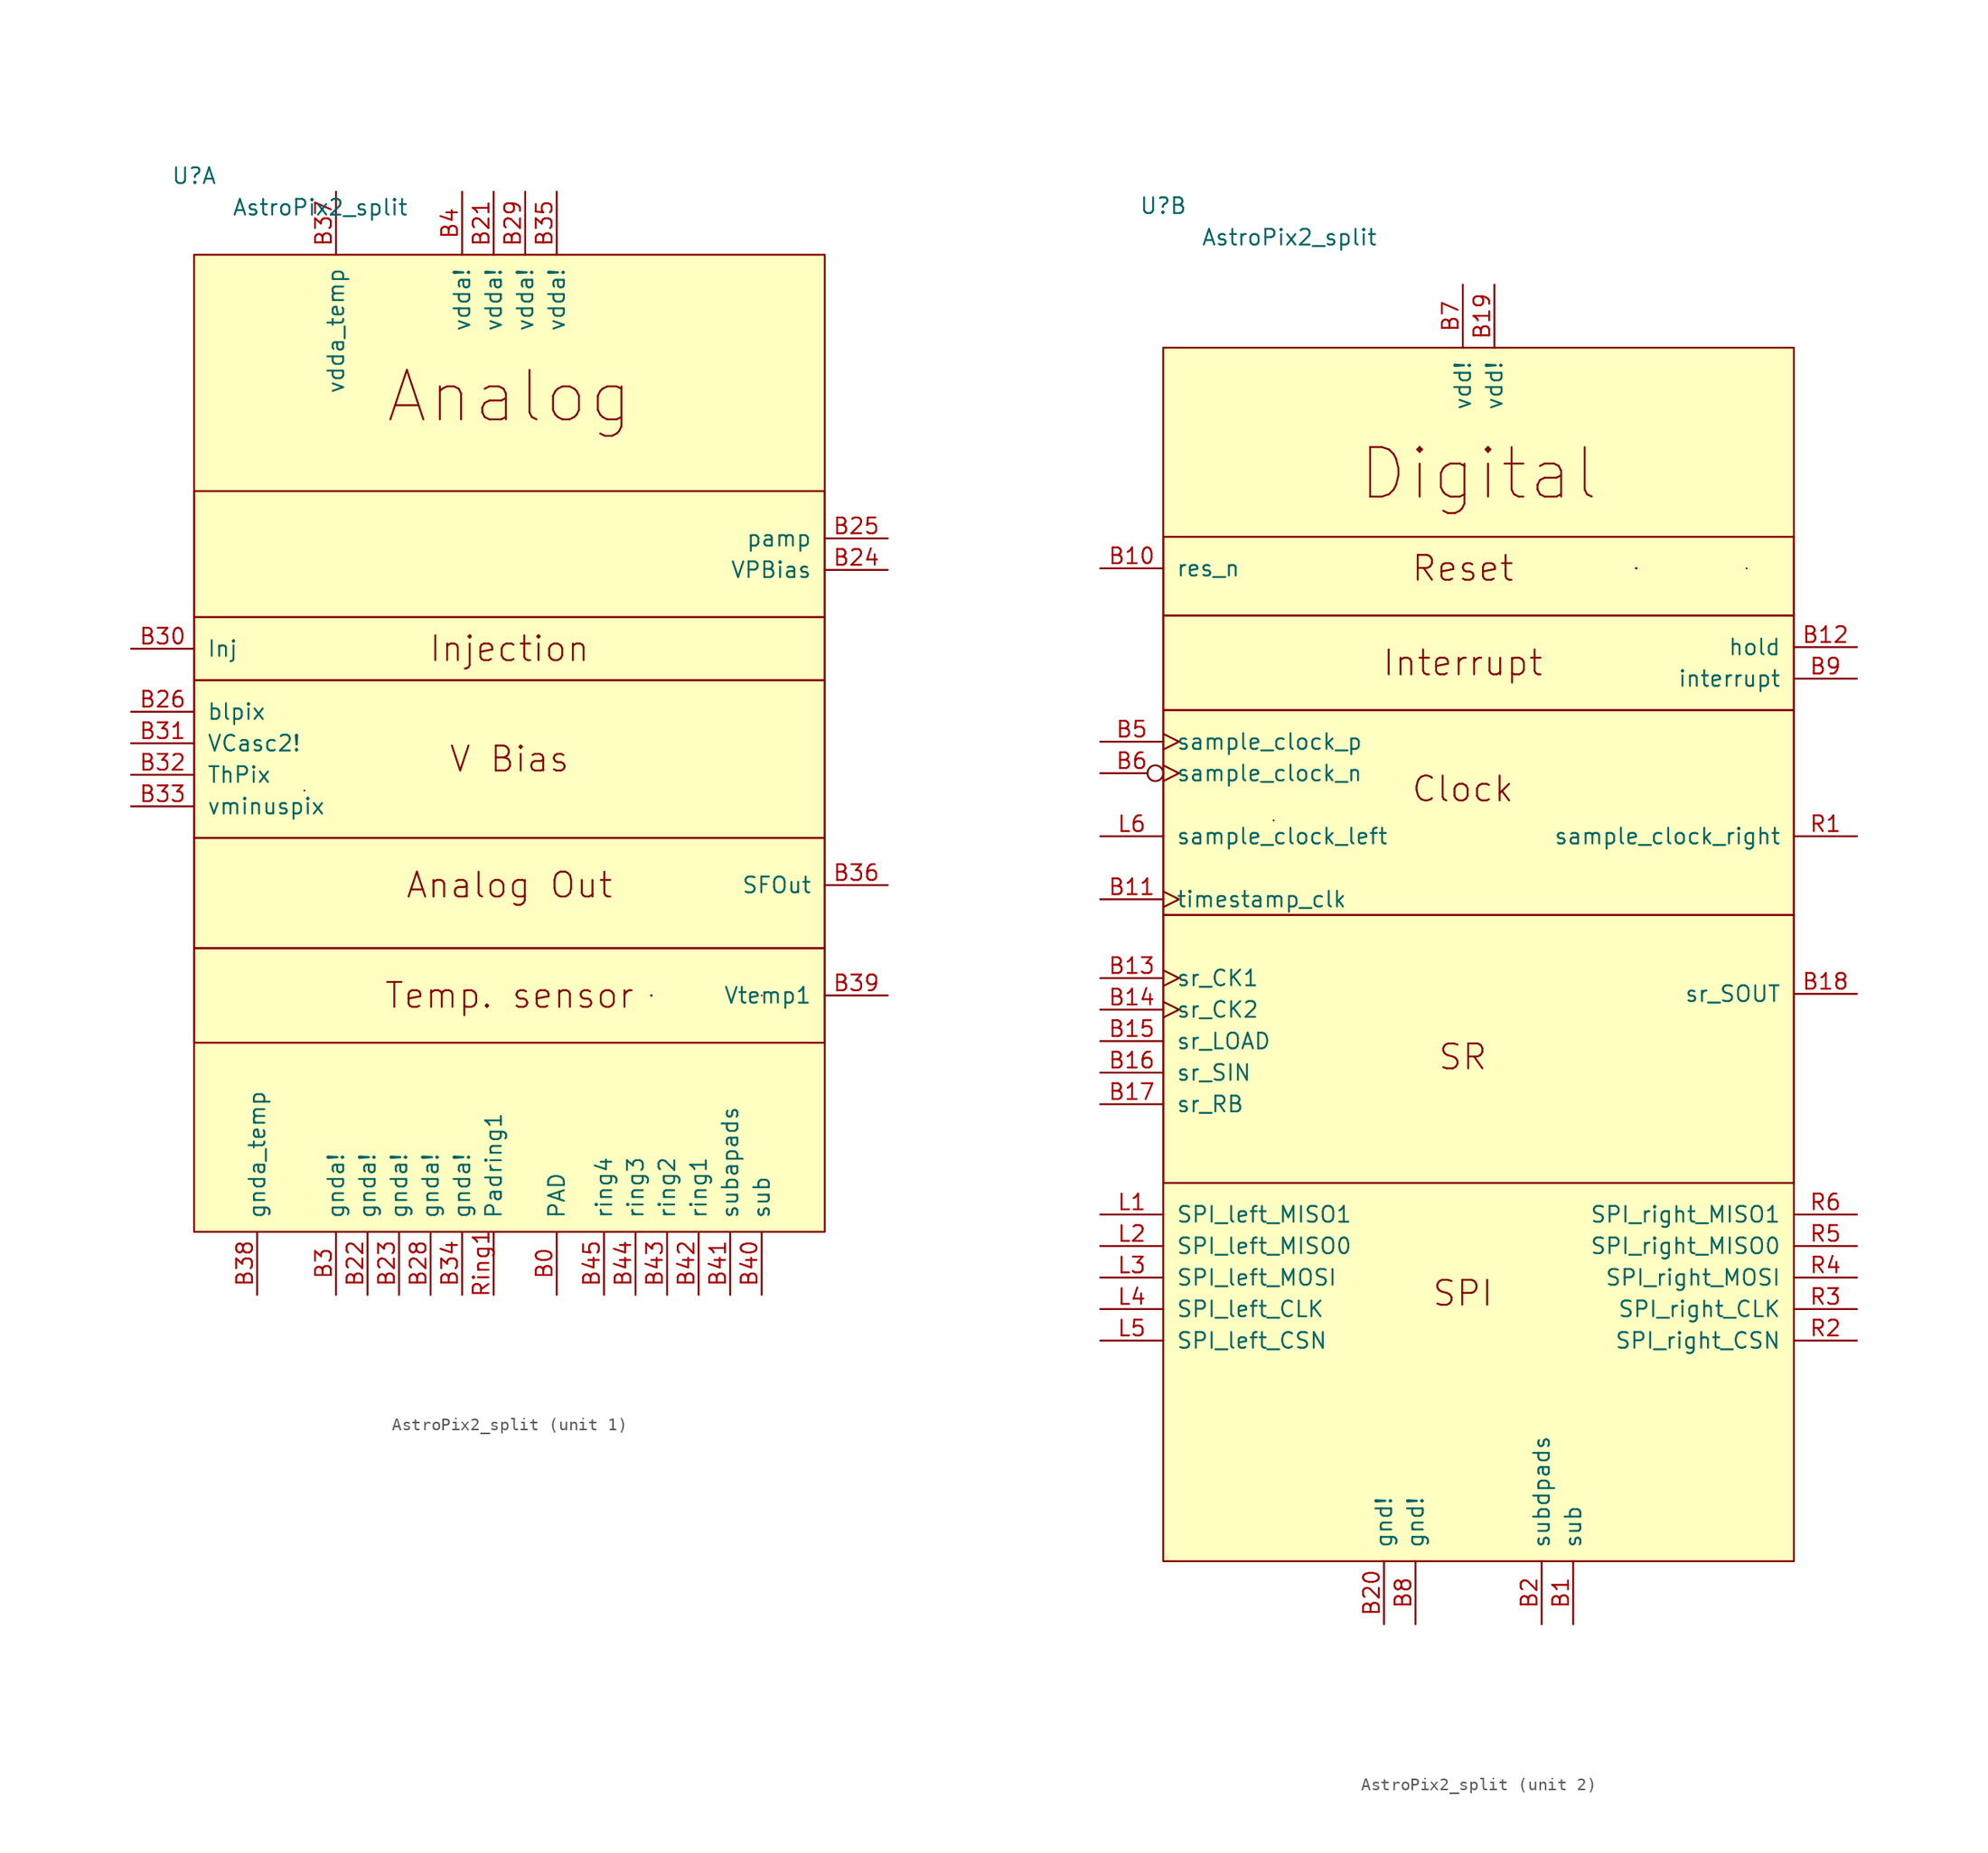
<source format=kicad_sym>
(kicad_symbol_lib
  (version 20211014)
  (generator kicad_symbol_editor)
  (symbol "AstroPix2_split"
    (pin_names
      (offset 1.016))
    (property "Reference" "U"
      (at -25.4 43.18 0)
      (effects (font (size 1.27 1.27))))
    (property "Value" "AstroPix2_split"
      (at -15.24 40.64 0)
      (effects (font (size 1.27 1.27))))
    (property "ki_locked" ""
      (at 0 0 0)
      (effects (font (size 1.27 1.27))))
    (symbol "AstroPix2_split_0_1"
      (polyline (pts (xy -16.51 -6.35) (xy -16.51 -6.35)) (stroke (width 0) (type default) (color 0 0 0 0)) (fill (type none))))
    (symbol "AstroPix2_split_1_1"
      (rectangle (start -25.4 -19.05) (end 25.4 -26.67) (stroke (width 0) (type default) (color 0 0 0 0)) (fill (type none)))
      (rectangle (start -25.4 -10.16) (end 25.4 -19.05) (stroke (width 0) (type default) (color 0 0 0 0)) (fill (type none)))
      (rectangle (start -25.4 2.54) (end 25.4 -10.16) (stroke (width 0) (type default) (color 0 0 0 0)) (fill (type none)))
      (rectangle (start -25.4 7.62) (end 25.4 2.54) (stroke (width 0) (type default) (color 0 0 0 0)) (fill (type none)))
      (rectangle (start -25.4 17.78) (end 25.4 7.62) (stroke (width 0) (type default) (color 0 0 0 0)) (fill (type none)))
      (rectangle (start -25.4 36.83) (end 25.4 -41.91) (stroke (width 0) (type default) (color 0 0 0 0)) (fill (type background)))
      (polyline (pts (xy 11.43 -22.86) (xy 11.43 -22.86)) (stroke (width 0) (type default) (color 0 0 0 0)) (fill (type none)))
      (polyline (pts (xy 11.43 -22.86) (xy 11.43 -22.86)) (stroke (width 0) (type default) (color 0 0 0 0)) (fill (type none)))
      (polyline (pts (xy 11.43 -22.86) (xy 11.43 -22.86)) (stroke (width 0) (type default) (color 0 0 0 0)) (fill (type none)))
      (polyline (pts (xy 11.43 -22.86) (xy 11.43 -22.86)) (stroke (width 0) (type default) (color 0 0 0 0)) (fill (type none)))
      (polyline (pts (xy 11.43 -22.86) (xy 11.43 -22.86)) (stroke (width 0) (type default) (color 0 0 0 0)) (fill (type none)))
      (polyline (pts (xy 20.32 -22.86) (xy 20.32 -22.86)) (stroke (width 0) (type default) (color 0 0 0 0)) (fill (type none)))
      (text "Analog" (at 0 25.4 0) (effects (font (size 3.988 3.988))))
      (text "Analog Out" (at 0 -13.97 0) (effects (font (size 2.007 2.007))))
      (text "Injection" (at 0 5.08 0) (effects (font (size 2.007 2.007))))
      (text "Temp. sensor" (at 0 -22.86 0) (effects (font (size 2.007 2.007))))
      (text "V Bias" (at 0 -3.81 0) (effects (font (size 2.007 2.007))))
      (pin power_in line (at 3.81 -46.99 90) (length 5.08) (name "PAD" (effects (font (size 1.27 1.27)))) (number "B0" (effects (font (size 1.27 1.27)))))
      (pin power_in line (at -1.27 41.91 270) (length 5.08) (name "vdda!" (effects (font (size 1.27 1.27)))) (number "B21" (effects (font (size 1.27 1.27)))))
      (pin power_in line (at -11.43 -46.99 90) (length 5.08) (name "gnda!" (effects (font (size 1.27 1.27)))) (number "B22" (effects (font (size 1.27 1.27)))))
      (pin power_in line (at -8.89 -46.99 90) (length 5.08) (name "gnda!" (effects (font (size 1.27 1.27)))) (number "B23" (effects (font (size 1.27 1.27)))))
      (pin passive line (at 30.48 11.43 180) (length 5.08) (name "VPBias" (effects (font (size 1.27 1.27)))) (number "B24" (effects (font (size 1.27 1.27)))))
      (pin passive line (at 30.48 13.97 180) (length 5.08) (name "pamp" (effects (font (size 1.27 1.27)))) (number "B25" (effects (font (size 1.27 1.27)))))
      (pin input line (at -30.48 0 0) (length 5.08) (name "blpix" (effects (font (size 1.27 1.27)))) (number "B26" (effects (font (size 1.27 1.27)))))
      (pin no_connect line (at -30.48 -33.02 0) (length 5.08) hide (name "NC" (effects (font (size 1.27 1.27)))) (number "B27" (effects (font (size 1.27 1.27)))))
      (pin power_in line (at -6.35 -46.99 90) (length 5.08) (name "gnda!" (effects (font (size 1.27 1.27)))) (number "B28" (effects (font (size 1.27 1.27)))))
      (pin power_in line (at 1.27 41.91 270) (length 5.08) (name "vdda!" (effects (font (size 1.27 1.27)))) (number "B29" (effects (font (size 1.27 1.27)))))
      (pin power_in line (at -13.97 -46.99 90) (length 5.08) (name "gnda!" (effects (font (size 1.27 1.27)))) (number "B3" (effects (font (size 1.27 1.27)))))
      (pin input line (at -30.48 5.08 0) (length 5.08) (name "Inj" (effects (font (size 1.27 1.27)))) (number "B30" (effects (font (size 1.27 1.27)))))
      (pin input line (at -30.48 -2.54 0) (length 5.08) (name "VCasc2!" (effects (font (size 1.27 1.27)))) (number "B31" (effects (font (size 1.27 1.27)))))
      (pin input line (at -30.48 -5.08 0) (length 5.08) (name "ThPix" (effects (font (size 1.27 1.27)))) (number "B32" (effects (font (size 1.27 1.27)))))
      (pin input line (at -30.48 -7.62 0) (length 5.08) (name "vminuspix" (effects (font (size 1.27 1.27)))) (number "B33" (effects (font (size 1.27 1.27)))))
      (pin power_in line (at -3.81 -46.99 90) (length 5.08) (name "gnda!" (effects (font (size 1.27 1.27)))) (number "B34" (effects (font (size 1.27 1.27)))))
      (pin power_in line (at 3.81 41.91 270) (length 5.08) (name "vdda!" (effects (font (size 1.27 1.27)))) (number "B35" (effects (font (size 1.27 1.27)))))
      (pin output line (at 30.48 -13.97 180) (length 5.08) (name "SFOut" (effects (font (size 1.27 1.27)))) (number "B36" (effects (font (size 1.27 1.27)))))
      (pin power_in line (at -13.97 41.91 270) (length 5.08) (name "vdda_temp" (effects (font (size 1.27 1.27)))) (number "B37" (effects (font (size 1.27 1.27)))))
      (pin power_in line (at -20.32 -46.99 90) (length 5.08) (name "gnda_temp" (effects (font (size 1.27 1.27)))) (number "B38" (effects (font (size 1.27 1.27)))))
      (pin output line (at 30.48 -22.86 180) (length 5.08) (name "Vtemp1" (effects (font (size 1.27 1.27)))) (number "B39" (effects (font (size 1.27 1.27)))))
      (pin power_in line (at -3.81 41.91 270) (length 5.08) (name "vdda!" (effects (font (size 1.27 1.27)))) (number "B4" (effects (font (size 1.27 1.27)))))
      (pin power_in line (at 20.32 -46.99 90) (length 5.08) (name "sub" (effects (font (size 1.27 1.27)))) (number "B40" (effects (font (size 1.27 1.27)))))
      (pin power_in line (at 17.78 -46.99 90) (length 5.08) (name "subapads" (effects (font (size 1.27 1.27)))) (number "B41" (effects (font (size 1.27 1.27)))))
      (pin power_in line (at 15.24 -46.99 90) (length 5.08) (name "ring1" (effects (font (size 1.27 1.27)))) (number "B42" (effects (font (size 1.27 1.27)))))
      (pin power_in line (at 12.7 -46.99 90) (length 5.08) (name "ring2" (effects (font (size 1.27 1.27)))) (number "B43" (effects (font (size 1.27 1.27)))))
      (pin power_in line (at 10.16 -46.99 90) (length 5.08) (name "ring3" (effects (font (size 1.27 1.27)))) (number "B44" (effects (font (size 1.27 1.27)))))
      (pin power_in line (at 7.62 -46.99 90) (length 5.08) (name "ring4" (effects (font (size 1.27 1.27)))) (number "B45" (effects (font (size 1.27 1.27)))))
      (pin power_in line (at -1.27 -46.99 90) (length 5.08) (name "Padring1" (effects (font (size 1.27 1.27)))) (number "Ring1" (effects (font (size 1.27 1.27))))))
    (symbol "AstroPix2_split_2_1"
      (rectangle (start -25.4 -13.97) (end 25.4 -35.56) (stroke (width 0) (type default) (color 0 0 0 0)) (fill (type none)))
      (rectangle (start -25.4 2.54) (end 25.4 -13.97) (stroke (width 0) (type default) (color 0 0 0 0)) (fill (type none)))
      (rectangle (start -25.4 2.54) (end 25.4 10.16) (stroke (width 0) (type default) (color 0 0 0 0)) (fill (type none)))
      (rectangle (start -25.4 16.51) (end 25.4 10.16) (stroke (width 0) (type default) (color 0 0 0 0)) (fill (type none)))
      (rectangle (start -25.4 31.75) (end 25.4 -66.04) (stroke (width 0) (type default) (color 0 0 0 0)) (fill (type background)))
      (polyline (pts (xy 12.7 13.97) (xy 12.7 13.97)) (stroke (width 0) (type default) (color 0 0 0 0)) (fill (type none)))
      (polyline (pts (xy 12.7 13.97) (xy 12.7 13.97)) (stroke (width 0) (type default) (color 0 0 0 0)) (fill (type none)))
      (polyline (pts (xy 12.7 13.97) (xy 12.7 13.97)) (stroke (width 0) (type default) (color 0 0 0 0)) (fill (type none)))
      (polyline (pts (xy 12.7 13.97) (xy 12.7 13.97)) (stroke (width 0) (type default) (color 0 0 0 0)) (fill (type none)))
      (polyline (pts (xy 12.7 13.97) (xy 12.7 13.97)) (stroke (width 0) (type default) (color 0 0 0 0)) (fill (type none)))
      (polyline (pts (xy 21.59 13.97) (xy 21.59 13.97)) (stroke (width 0) (type default) (color 0 0 0 0)) (fill (type none)))
      (text "Clock" (at -1.27 -3.81 0) (effects (font (size 2.007 2.007))))
      (text "Digital" (at 0 21.59 0) (effects (font (size 3.988 3.988))))
      (text "Interrupt" (at -1.27 6.35 0) (effects (font (size 2.007 2.007))))
      (text "Reset" (at -1.27 13.97 0) (effects (font (size 2.007 2.007))))
      (text "SPI" (at -1.27 -44.45 0) (effects (font (size 2.007 2.007))))
      (text "SR" (at -1.27 -25.4 0) (effects (font (size 2.007 2.007))))
      (pin power_in line (at 7.62 -71.12 90) (length 5.08) (name "sub" (effects (font (size 1.27 1.27)))) (number "B1" (effects (font (size 1.27 1.27)))))
      (pin input line (at -30.48 13.97 0) (length 5.08) (name "res_n" (effects (font (size 1.27 1.27)))) (number "B10" (effects (font (size 1.27 1.27)))))
      (pin input clock (at -30.48 -12.7 0) (length 5.08) (name "timestamp_clk" (effects (font (size 1.27 1.27)))) (number "B11" (effects (font (size 1.27 1.27)))))
      (pin output line (at 30.48 7.62 180) (length 5.08) (name "hold" (effects (font (size 1.27 1.27)))) (number "B12" (effects (font (size 1.27 1.27)))))
      (pin input clock (at -30.48 -19.05 0) (length 5.08) (name "sr_CK1" (effects (font (size 1.27 1.27)))) (number "B13" (effects (font (size 1.27 1.27)))))
      (pin input clock (at -30.48 -21.59 0) (length 5.08) (name "sr_CK2" (effects (font (size 1.27 1.27)))) (number "B14" (effects (font (size 1.27 1.27)))))
      (pin input line (at -30.48 -24.13 0) (length 5.08) (name "sr_LOAD" (effects (font (size 1.27 1.27)))) (number "B15" (effects (font (size 1.27 1.27)))))
      (pin input line (at -30.48 -26.67 0) (length 5.08) (name "sr_SIN" (effects (font (size 1.27 1.27)))) (number "B16" (effects (font (size 1.27 1.27)))))
      (pin input line (at -30.48 -29.21 0) (length 5.08) (name "sr_RB" (effects (font (size 1.27 1.27)))) (number "B17" (effects (font (size 1.27 1.27)))))
      (pin output line (at 30.48 -20.32 180) (length 5.08) (name "sr_SOUT" (effects (font (size 1.27 1.27)))) (number "B18" (effects (font (size 1.27 1.27)))))
      (pin power_in line (at 1.27 36.83 270) (length 5.08) (name "vdd!" (effects (font (size 1.27 1.27)))) (number "B19" (effects (font (size 1.27 1.27)))))
      (pin power_in line (at 5.08 -71.12 90) (length 5.08) (name "subdpads" (effects (font (size 1.27 1.27)))) (number "B2" (effects (font (size 1.27 1.27)))))
      (pin power_in line (at -7.62 -71.12 90) (length 5.08) (name "gnd!" (effects (font (size 1.27 1.27)))) (number "B20" (effects (font (size 1.27 1.27)))))
      (pin input clock (at -30.48 0 0) (length 5.08) (name "sample_clock_p" (effects (font (size 1.27 1.27)))) (number "B5" (effects (font (size 1.27 1.27)))))
      (pin input inverted_clock (at -30.48 -2.54 0) (length 5.08) (name "sample_clock_n" (effects (font (size 1.27 1.27)))) (number "B6" (effects (font (size 1.27 1.27)))))
      (pin power_in line (at -1.27 36.83 270) (length 5.08) (name "vdd!" (effects (font (size 1.27 1.27)))) (number "B7" (effects (font (size 1.27 1.27)))))
      (pin power_in line (at -5.08 -71.12 90) (length 5.08) (name "gnd!" (effects (font (size 1.27 1.27)))) (number "B8" (effects (font (size 1.27 1.27)))))
      (pin open_collector line (at 30.48 5.08 180) (length 5.08) (name "interrupt" (effects (font (size 1.27 1.27)))) (number "B9" (effects (font (size 1.27 1.27)))))
      (pin output line (at -30.48 -38.1 0) (length 5.08) (name "SPI_left_MISO1" (effects (font (size 1.27 1.27)))) (number "L1" (effects (font (size 1.27 1.27)))))
      (pin output line (at -30.48 -40.64 0) (length 5.08) (name "SPI_left_MISO0" (effects (font (size 1.27 1.27)))) (number "L2" (effects (font (size 1.27 1.27)))))
      (pin input line (at -30.48 -43.18 0) (length 5.08) (name "SPI_left_MOSI" (effects (font (size 1.27 1.27)))) (number "L3" (effects (font (size 1.27 1.27)))))
      (pin input line (at -30.48 -45.72 0) (length 5.08) (name "SPI_left_CLK" (effects (font (size 1.27 1.27)))) (number "L4" (effects (font (size 1.27 1.27)))))
      (pin output line (at -30.48 -48.26 0) (length 5.08) (name "SPI_left_CSN" (effects (font (size 1.27 1.27)))) (number "L5" (effects (font (size 1.27 1.27)))))
      (pin input line (at -30.48 -7.62 0) (length 5.08) (name "sample_clock_left" (effects (font (size 1.27 1.27)))) (number "L6" (effects (font (size 1.27 1.27)))))
      (pin output line (at 30.48 -7.62 180) (length 5.08) (name "sample_clock_right" (effects (font (size 1.27 1.27)))) (number "R1" (effects (font (size 1.27 1.27)))))
      (pin input line (at 30.48 -48.26 180) (length 5.08) (name "SPI_right_CSN" (effects (font (size 1.27 1.27)))) (number "R2" (effects (font (size 1.27 1.27)))))
      (pin output line (at 30.48 -45.72 180) (length 5.08) (name "SPI_right_CLK" (effects (font (size 1.27 1.27)))) (number "R3" (effects (font (size 1.27 1.27)))))
      (pin output line (at 30.48 -43.18 180) (length 5.08) (name "SPI_right_MOSI" (effects (font (size 1.27 1.27)))) (number "R4" (effects (font (size 1.27 1.27)))))
      (pin input line (at 30.48 -40.64 180) (length 5.08) (name "SPI_right_MISO0" (effects (font (size 1.27 1.27)))) (number "R5" (effects (font (size 1.27 1.27)))))
      (pin input line (at 30.48 -38.1 180) (length 5.08) (name "SPI_right_MISO1" (effects (font (size 1.27 1.27)))) (number "R6" (effects (font (size 1.27 1.27))))))))
</source>
